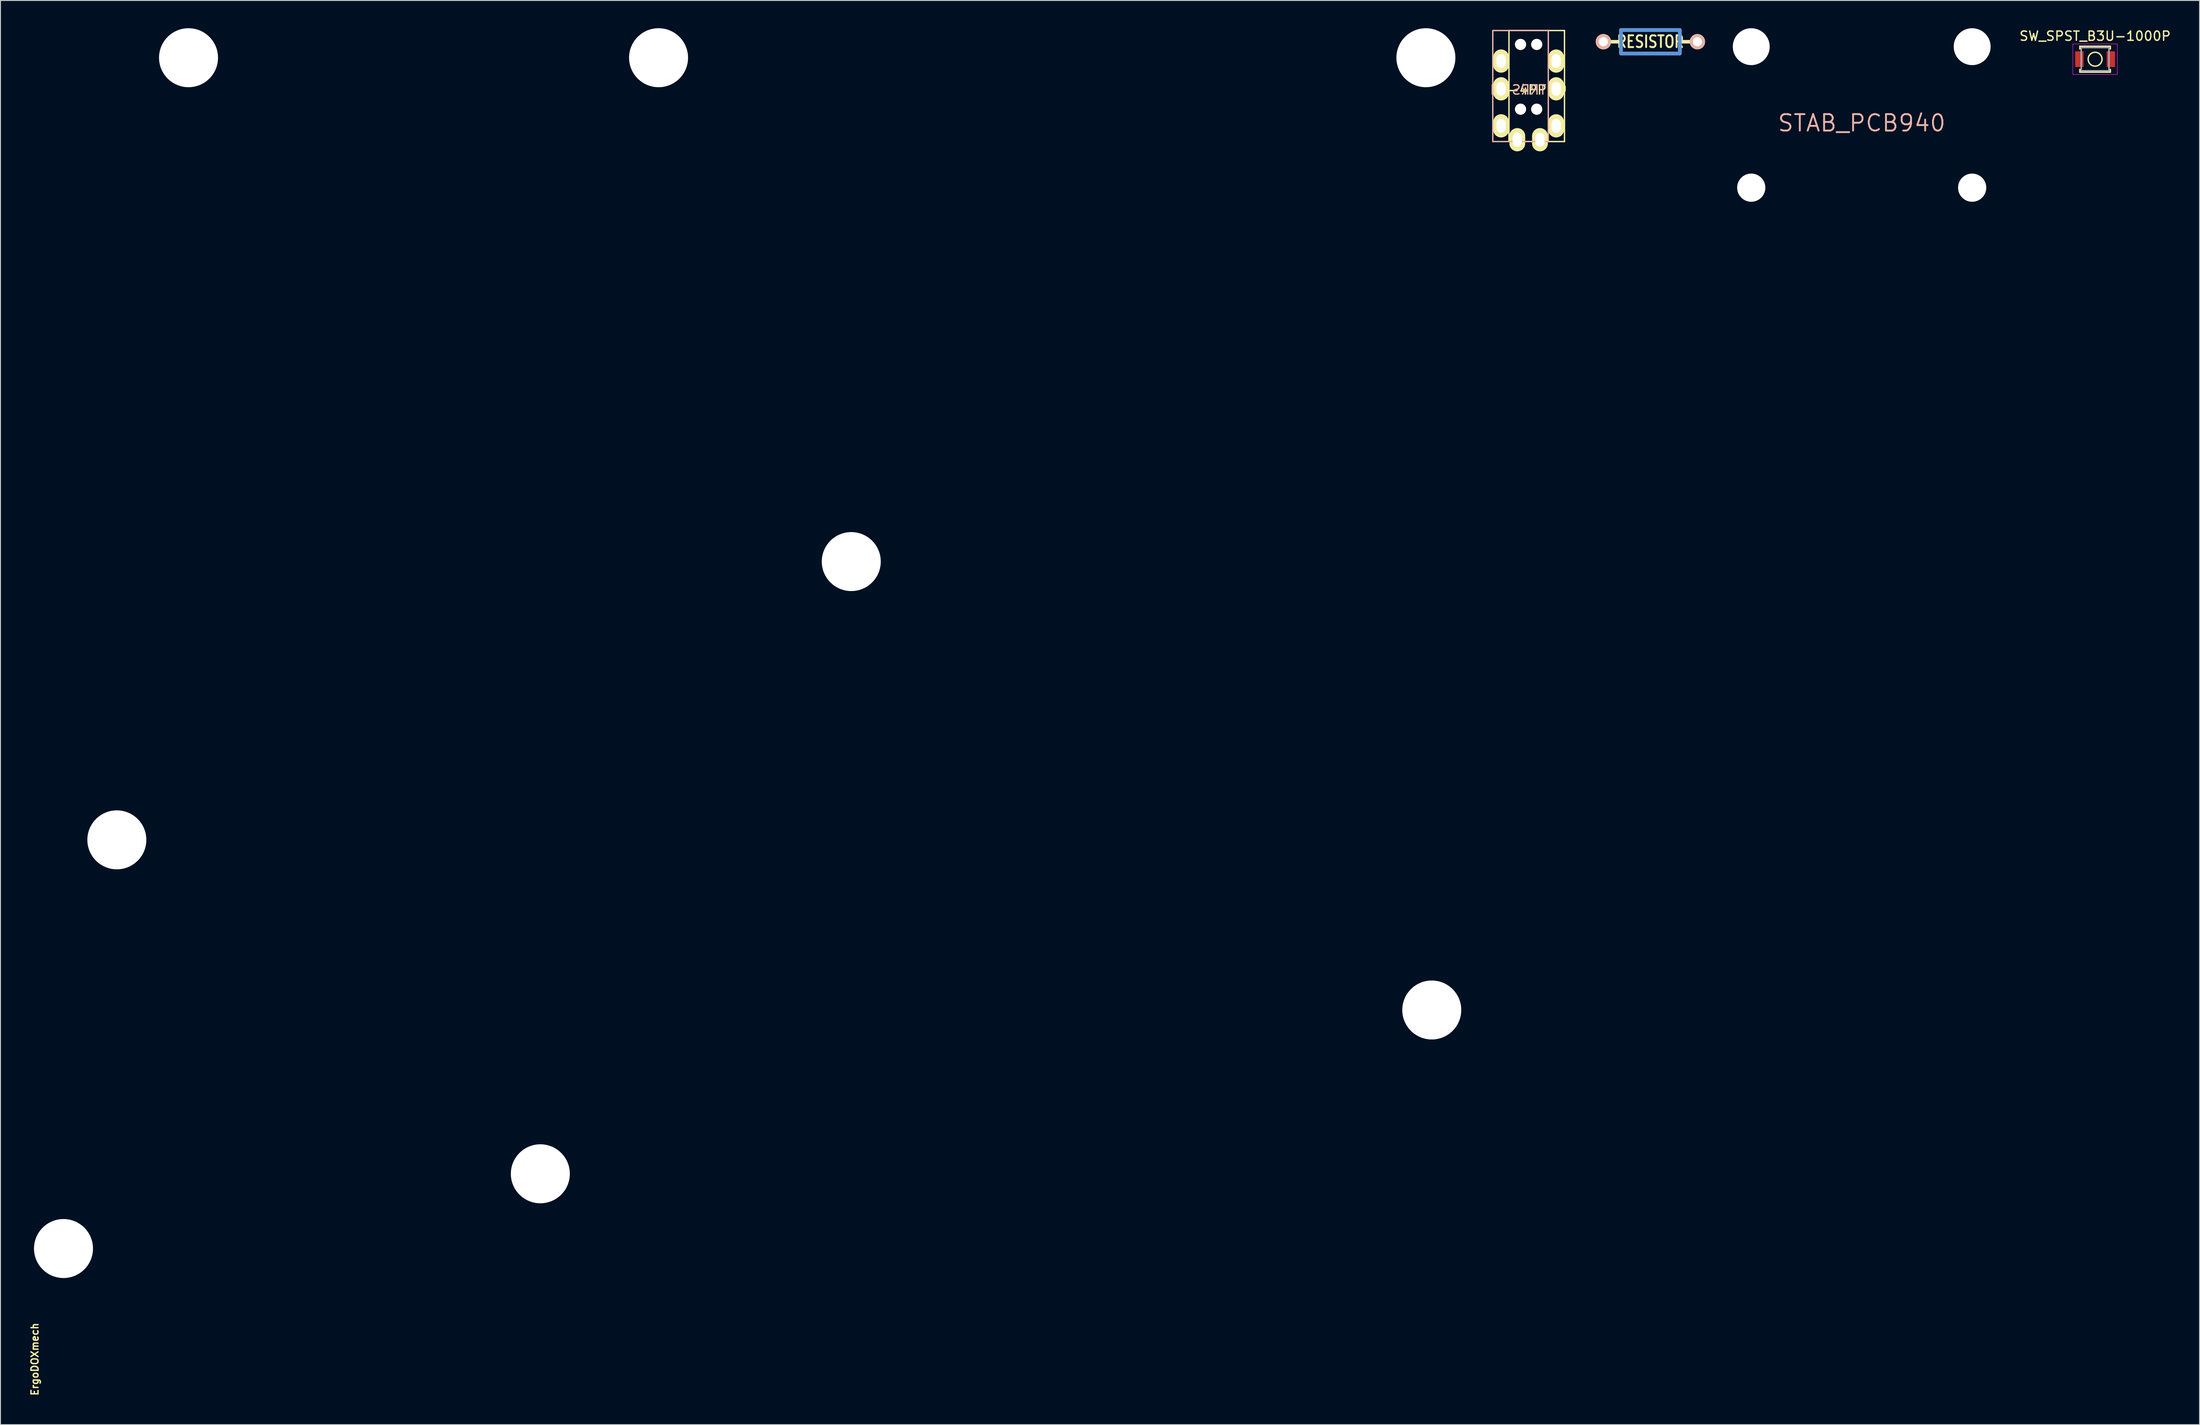
<source format=kicad_pcb>
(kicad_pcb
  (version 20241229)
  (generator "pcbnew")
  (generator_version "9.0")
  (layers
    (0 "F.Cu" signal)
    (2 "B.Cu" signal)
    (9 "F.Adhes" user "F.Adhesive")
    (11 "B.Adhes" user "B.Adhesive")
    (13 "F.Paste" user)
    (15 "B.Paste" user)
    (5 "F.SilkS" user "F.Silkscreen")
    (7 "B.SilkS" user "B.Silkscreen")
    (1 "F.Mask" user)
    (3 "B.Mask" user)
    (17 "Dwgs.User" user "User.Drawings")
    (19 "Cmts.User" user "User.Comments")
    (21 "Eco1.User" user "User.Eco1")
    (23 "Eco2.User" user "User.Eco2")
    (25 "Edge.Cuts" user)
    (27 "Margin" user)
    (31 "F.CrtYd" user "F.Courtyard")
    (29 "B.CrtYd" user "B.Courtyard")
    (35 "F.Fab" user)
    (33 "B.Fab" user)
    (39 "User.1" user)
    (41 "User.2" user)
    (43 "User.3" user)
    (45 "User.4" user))
  (footprint "STAB_PCB940"
    (layer "F.Cu")
    (at 198.157 10.249)
    (property "Reference" "STAB_PCB940" (at 0 0 0) (layer "B.SilkS") (effects (font (size 1.778 1.778) (thickness 0.203))))
    (attr through_hole)
    (fp_line (start -13.589 -6.223) (end -10.287 -6.223) (stroke (width 0.152) (type solid)) (layer "Eco2.User"))
    (fp_line (start -13.589 7.747) (end -13.589 -6.223) (stroke (width 0.152) (type solid)) (layer "Eco2.User"))
    (fp_line (start -10.287 -6.223) (end -10.287 7.747) (stroke (width 0.152) (type solid)) (layer "Eco2.User"))
    (fp_line (start -10.287 7.747) (end -13.589 7.747) (stroke (width 0.152) (type solid)) (layer "Eco2.User"))
    (fp_line (start 10.287 -6.223) (end 13.589 -6.223) (stroke (width 0.152) (type solid)) (layer "Eco2.User"))
    (fp_line (start 10.287 7.747) (end 10.287 -6.223) (stroke (width 0.152) (type solid)) (layer "Eco2.User"))
    (fp_line (start 13.589 -6.223) (end 13.589 7.747) (stroke (width 0.152) (type solid)) (layer "Eco2.User"))
    (fp_line (start 13.589 7.747) (end 10.287 7.747) (stroke (width 0.152) (type solid)) (layer "Eco2.User"))
    (pad "" np_thru_hole circle (at -11.938 -8.255) (size 3.988 3.988) (drill 3.988) (layers "*.Cu" "*.Mask"))
    (pad "" np_thru_hole circle (at -11.938 6.985) (size 3.048 3.048) (drill 3.048) (layers "*.Cu"))
    (pad "" np_thru_hole circle (at 11.938 6.985) (size 3.048 3.048) (drill 3.048) (layers "*.Cu" "*.Mask"))
    (pad "" np_thru_hole circle (at 11.938 -8.255) (size 3.988 3.988) (drill 3.988) (layers "*.Cu" "*.Mask")))
  (footprint "MJ-4PP-9"
    (layer "F.Cu")
    (at 163.035 0.25)
    (property "Reference" "MJ-4PP-9" (at -0.889 6.413 0) (layer "F.SilkS") (effects (font (size 1 1) (thickness 0.15))))
    (attr through_hole)
    (fp_line (start -3 0) (end 3 0) (stroke (width 0.15) (type solid)) (layer "F.SilkS"))
    (fp_line (start -3 12) (end -3 0) (stroke (width 0.15) (type solid)) (layer "F.SilkS"))
    (fp_line (start 3 0) (end 3 12) (stroke (width 0.15) (type solid)) (layer "F.SilkS"))
    (fp_line (start 3 12) (end -3 12) (stroke (width 0.15) (type solid)) (layer "F.SilkS"))
    (fp_line (start -4.75 0) (end 1.25 0) (stroke (width 0.15) (type solid)) (layer "B.SilkS"))
    (fp_line (start -4.75 12) (end -4.75 0) (stroke (width 0.15) (type solid)) (layer "B.SilkS"))
    (fp_line (start 1.25 0) (end 1.25 12) (stroke (width 0.15) (type solid)) (layer "B.SilkS"))
    (fp_line (start 1.25 12) (end -4.75 12) (stroke (width 0.15) (type solid)) (layer "B.SilkS"))
    (fp_text user "TRRS" (at -0.826 6.413 0) (layer "B.SilkS") (effects (font (size 1 1) (thickness 0.15)) (justify mirror)))
    (pad "" np_thru_hole circle (at -1.75 1.5) (size 1.2 1.2) (drill 1.2) (layers "*.Cu" "*.Mask" "F.SilkS"))
    (pad "" np_thru_hole circle (at -1.75 8.5) (size 1.2 1.2) (drill 1.2) (layers "*.Cu" "*.Mask" "F.SilkS"))
    (pad "" np_thru_hole circle (at 0 1.5) (size 1.2 1.2) (drill 1.2) (layers "*.Cu" "*.Mask" "F.SilkS"))
    (pad "" np_thru_hole circle (at 0 8.5) (size 1.2 1.2) (drill 1.2) (layers "*.Cu" "*.Mask" "F.SilkS"))
    (pad "A" thru_hole oval (at -2.1 11.8) (size 1.7 2.5) (drill oval 1 1.5) (layers "*.Cu" "*.Mask" "F.SilkS"))
    (pad "A" thru_hole oval (at 0.35 11.8) (size 1.7 2.5) (drill oval 1 1.5) (layers "*.Cu" "*.Mask" "F.SilkS"))
    (pad "B" thru_hole oval (at -3.85 3.3) (size 1.7 2.5) (drill oval 1 1.5) (layers "*.Cu" "*.Mask" "F.SilkS"))
    (pad "B" thru_hole oval (at 2.1 3.3) (size 1.7 2.5) (drill oval 1 1.5) (layers "*.Cu" "*.Mask" "F.SilkS"))
    (pad "C" thru_hole oval (at -3.85 6.3) (size 1.7 2.5) (drill oval 1 1.5) (layers "*.Cu" "*.Mask" "F.SilkS"))
    (pad "C" thru_hole oval (at 2.1 6.3) (size 1.7 2.5) (drill oval 1 1.5) (layers "*.Cu" "*.Mask" "F.SilkS"))
    (pad "D" thru_hole oval (at -3.85 10.3) (size 1.7 2.5) (drill oval 1 1.5) (layers "*.Cu" "*.Mask" "F.SilkS"))
    (pad "D" thru_hole oval (at 2.1 10.3) (size 1.7 2.5) (drill oval 1 1.5) (layers "*.Cu" "*.Mask" "F.SilkS")))
  (footprint "SW_SPST_B3U-1000P"
    (layer "F.Cu")
    (at 223.381 3.348)
    (property "Reference" "SW_SPST_B3U-1000P" (at 0 -2.5 0) (layer "F.SilkS") (effects (font (size 1 1) (thickness 0.15))))
    (attr smd)
    (fp_line (start -1.65 -1.4) (end 1.65 -1.4) (stroke (width 0.15) (type solid)) (layer "F.SilkS"))
    (fp_line (start -1.65 -1.1) (end -1.65 -1.4) (stroke (width 0.15) (type solid)) (layer "F.SilkS"))
    (fp_line (start -1.65 1.1) (end -1.65 1.4) (stroke (width 0.15) (type solid)) (layer "F.SilkS"))
    (fp_line (start -1.65 1.4) (end 1.65 1.4) (stroke (width 0.15) (type solid)) (layer "F.SilkS"))
    (fp_line (start 1.65 -1.4) (end 1.65 -1.1) (stroke (width 0.15) (type solid)) (layer "F.SilkS"))
    (fp_line (start 1.65 1.4) (end 1.65 1.1) (stroke (width 0.15) (type solid)) (layer "F.SilkS"))
    (fp_circle (center 0 0) (end 0.75 0) (stroke (width 0.15) (type solid)) (fill no) (layer "F.SilkS"))
    (fp_line (start -2.4 -1.65) (end -2.4 1.65) (stroke (width 0.05) (type solid)) (layer "F.CrtYd"))
    (fp_line (start -2.4 1.65) (end 2.4 1.65) (stroke (width 0.05) (type solid)) (layer "F.CrtYd"))
    (fp_line (start 2.4 -1.65) (end -2.4 -1.65) (stroke (width 0.05) (type solid)) (layer "F.CrtYd"))
    (fp_line (start 2.4 1.65) (end 2.4 -1.65) (stroke (width 0.05) (type solid)) (layer "F.CrtYd"))
    (fp_line (start -1.5 -1.25) (end 1.5 -1.25) (stroke (width 0.15) (type solid)) (layer "F.Fab"))
    (fp_line (start -1.5 1.25) (end -1.5 -1.25) (stroke (width 0.15) (type solid)) (layer "F.Fab"))
    (fp_line (start 1.5 -1.25) (end 1.5 1.25) (stroke (width 0.15) (type solid)) (layer "F.Fab"))
    (fp_line (start 1.5 1.25) (end -1.5 1.25) (stroke (width 0.15) (type solid)) (layer "F.Fab"))
    (pad "1" smd rect (at -1.7 0) (size 0.9 1.7) (layers "F.Cu" "F.Mask" "F.Paste"))
    (pad "2" smd rect (at 1.7 0) (size 0.9 1.7) (layers "F.Cu" "F.Mask" "F.Paste")))
  (footprint "ErgoDOXmech"
    (layer "F.Cu")
    (at 0.713 143.853)
    (property "Reference" "ErgoDOXmech" (at 0 0 90) (layer "F.SilkS") (effects (font (size 0.762 0.762) (thickness 0.152))))
    (attr through_hole)
    (pad "" np_thru_hole circle (at 3.099 -11.963) (size 6.375 6.375) (drill 6.375) (layers "*.Cu" "*.Mask"))
    (pad "" np_thru_hole circle (at 8.865 -56.134) (size 6.375 6.375) (drill 6.375) (layers "*.Cu" "*.Mask"))
    (pad "" np_thru_hole circle (at 16.612 -140.665) (size 6.375 6.375) (drill 6.375) (layers "*.Cu" "*.Mask"))
    (pad "" np_thru_hole circle (at 54.635 -20.041) (size 6.375 6.375) (drill 6.375) (layers "*.Cu" "*.Mask"))
    (pad "" np_thru_hole circle (at 67.412 -140.665) (size 6.375 6.375) (drill 6.375) (layers "*.Cu" "*.Mask"))
    (pad "" np_thru_hole circle (at 88.24 -86.208) (size 6.375 6.375) (drill 6.375) (layers "*.Cu" "*.Mask"))
    (pad "" np_thru_hole circle (at 150.343 -140.665) (size 6.375 6.375) (drill 6.375) (layers "*.Cu" "*.Mask"))
    (pad "" np_thru_hole circle (at 150.978 -37.744) (size 6.375 6.375) (drill 6.375) (layers "*.Cu" "*.Mask")))
  (footprint "RESISTOR"
    (layer "F.Cu")
    (at 175.32 1.46)
    (property "Reference" "RESISTOR" (at 0 0 0) (layer "F.SilkS") (effects (font (size 1.27 1.016) (thickness 0.203))))
    (attr through_hole)
    (fp_line (start -5.08 0) (end -3.175 0) (stroke (width 0.381) (type solid)) (layer "F.SilkS"))
    (fp_line (start -3.175 -1.27) (end 3.175 -1.27) (stroke (width 0.381) (type solid)) (layer "F.SilkS"))
    (fp_line (start -3.175 1.27) (end -3.175 -1.27) (stroke (width 0.381) (type solid)) (layer "F.SilkS"))
    (fp_line (start 3.175 -1.27) (end 3.175 1.27) (stroke (width 0.381) (type solid)) (layer "F.SilkS"))
    (fp_line (start 3.175 1.27) (end -3.175 1.27) (stroke (width 0.381) (type solid)) (layer "F.SilkS"))
    (fp_line (start 5.08 0) (end 3.175 0) (stroke (width 0.381) (type solid)) (layer "F.SilkS"))
    (fp_line (start -3.175 -1.27) (end 3.175 -1.27) (stroke (width 0.381) (type solid)) (layer "Dwgs.User"))
    (fp_line (start -3.175 1.27) (end -3.175 -1.27) (stroke (width 0.381) (type solid)) (layer "Dwgs.User"))
    (fp_line (start 0 0) (end 0 0) (stroke (width 0.025) (type solid)) (layer "Dwgs.User"))
    (fp_line (start 3.175 -1.27) (end 3.175 1.27) (stroke (width 0.381) (type solid)) (layer "Dwgs.User"))
    (fp_line (start 3.175 1.27) (end -3.175 1.27) (stroke (width 0.381) (type solid)) (layer "Dwgs.User"))
    (fp_line (start -3.175 -1.27) (end 3.175 -1.27) (stroke (width 0.381) (type solid)) (layer "Cmts.User"))
    (fp_line (start -3.175 1.27) (end -3.175 -1.27) (stroke (width 0.381) (type solid)) (layer "Cmts.User"))
    (fp_line (start 3.175 -1.27) (end 3.175 1.27) (stroke (width 0.381) (type solid)) (layer "Cmts.User"))
    (fp_line (start 3.175 1.27) (end -3.175 1.27) (stroke (width 0.381) (type solid)) (layer "Cmts.User"))
    (pad "1" thru_hole circle (at -5.08 0) (size 1.651 1.651) (drill 0.991) (layers "*.Cu" "*.SilkS" "*.Mask"))
    (pad "2" thru_hole circle (at 5.08 0) (size 1.651 1.651) (drill 0.991) (layers "*.Cu" "*.SilkS" "*.Mask")))
  (gr_rect
    (start -3 -3)
    (end 234.672 150.924)
    (stroke (width 0.1) (type default))
    (fill no)
    (layer "Edge.Cuts")))
</source>
